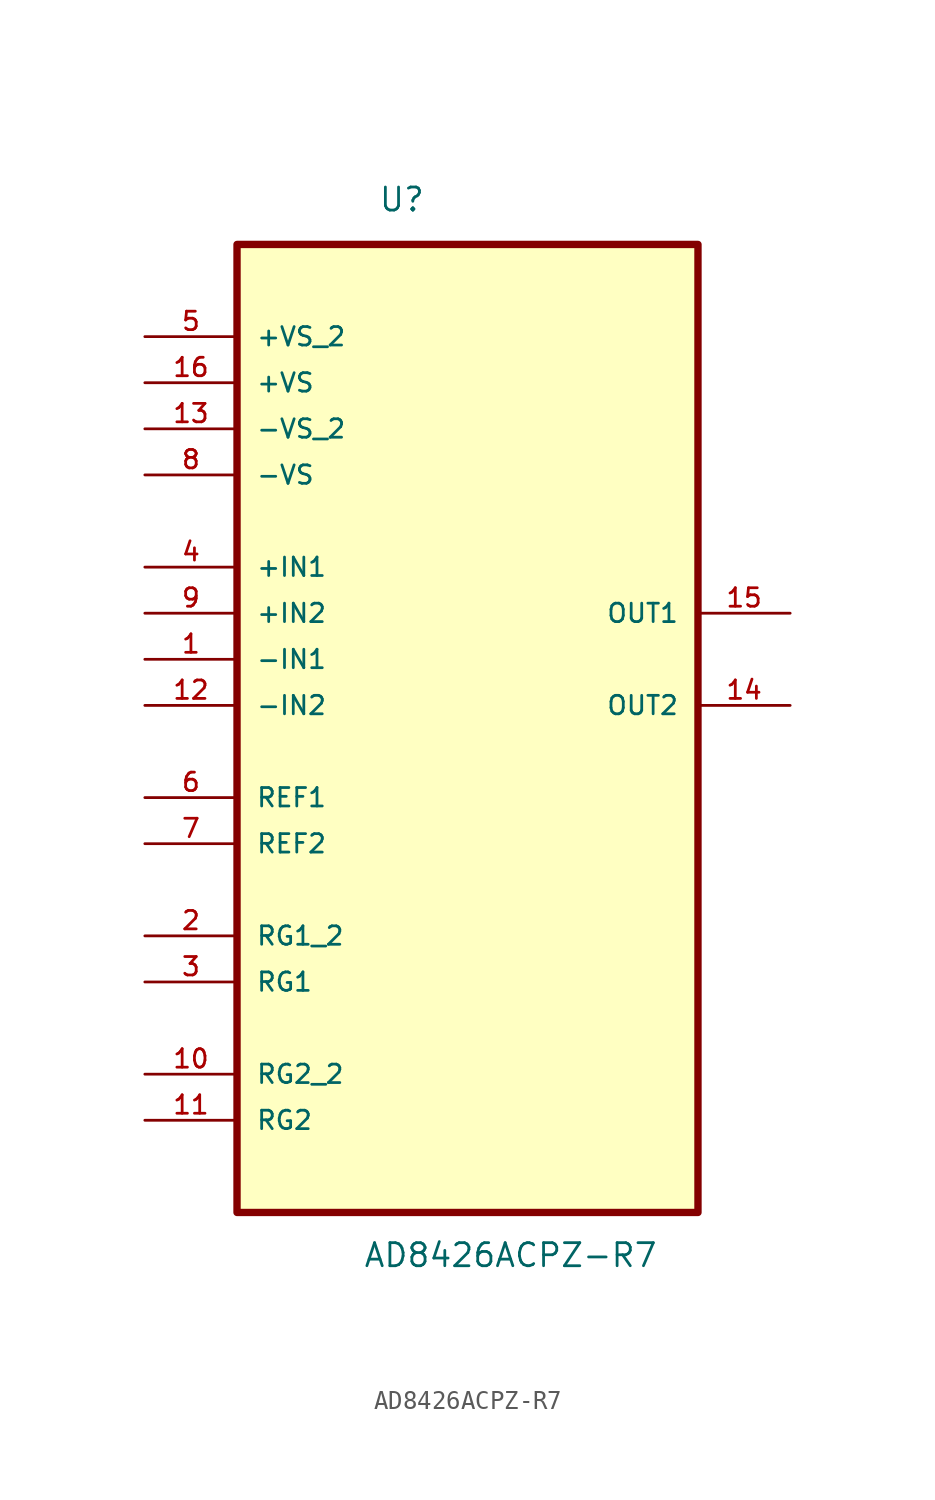
<source format=kicad_sym>
(kicad_symbol_lib
  (version 20211014)
  (generator kicad_symbol_editor)
  (symbol "AD8426ACPZ-R7"
    (pin_names
      (offset 1.016))
    (property "Reference" "U"
      (at -4.928 24.591 0.0)
      (effects (font (size 1.27 1.27)) (justify bottom left)))
    (property "Value" "AD8426ACPZ-R7"
      (at -5.766 -33.579 0.0)
      (effects (font (size 1.27 1.27)) (justify bottom left)))
    (symbol "AD8426ACPZ-R7_0_0"
      (rectangle (start -12.7 -30.48) (end 12.7 22.86) (stroke (width 0.406)) (fill (type background)))
      (pin passive line (at -17.78 17.78 0) (length 5.08) (name "+VS_2" (effects (font (size 1.016 1.016)))) (number "5" (effects (font (size 1.016 1.016)))))
      (pin passive line (at -17.78 15.24 0) (length 5.08) (name "+VS" (effects (font (size 1.016 1.016)))) (number "16" (effects (font (size 1.016 1.016)))))
      (pin passive line (at -17.78 12.7 0) (length 5.08) (name "-VS_2" (effects (font (size 1.016 1.016)))) (number "13" (effects (font (size 1.016 1.016)))))
      (pin passive line (at -17.78 10.16 0) (length 5.08) (name "-VS" (effects (font (size 1.016 1.016)))) (number "8" (effects (font (size 1.016 1.016)))))
      (pin passive line (at -17.78 5.08 0) (length 5.08) (name "+IN1" (effects (font (size 1.016 1.016)))) (number "4" (effects (font (size 1.016 1.016)))))
      (pin passive line (at -17.78 2.54 0) (length 5.08) (name "+IN2" (effects (font (size 1.016 1.016)))) (number "9" (effects (font (size 1.016 1.016)))))
      (pin passive line (at -17.78 0.0 0) (length 5.08) (name "-IN1" (effects (font (size 1.016 1.016)))) (number "1" (effects (font (size 1.016 1.016)))))
      (pin passive line (at -17.78 -2.54 0) (length 5.08) (name "-IN2" (effects (font (size 1.016 1.016)))) (number "12" (effects (font (size 1.016 1.016)))))
      (pin passive line (at -17.78 -7.62 0) (length 5.08) (name "REF1" (effects (font (size 1.016 1.016)))) (number "6" (effects (font (size 1.016 1.016)))))
      (pin passive line (at -17.78 -10.16 0) (length 5.08) (name "REF2" (effects (font (size 1.016 1.016)))) (number "7" (effects (font (size 1.016 1.016)))))
      (pin passive line (at -17.78 -15.24 0) (length 5.08) (name "RG1_2" (effects (font (size 1.016 1.016)))) (number "2" (effects (font (size 1.016 1.016)))))
      (pin passive line (at -17.78 -17.78 0) (length 5.08) (name "RG1" (effects (font (size 1.016 1.016)))) (number "3" (effects (font (size 1.016 1.016)))))
      (pin passive line (at -17.78 -22.86 0) (length 5.08) (name "RG2_2" (effects (font (size 1.016 1.016)))) (number "10" (effects (font (size 1.016 1.016)))))
      (pin passive line (at -17.78 -25.4 0) (length 5.08) (name "RG2" (effects (font (size 1.016 1.016)))) (number "11" (effects (font (size 1.016 1.016)))))
      (pin passive line (at 17.78 -2.54 180.0) (length 5.08) (name "OUT2" (effects (font (size 1.016 1.016)))) (number "14" (effects (font (size 1.016 1.016)))))
      (pin passive line (at 17.78 2.54 180.0) (length 5.08) (name "OUT1" (effects (font (size 1.016 1.016)))) (number "15" (effects (font (size 1.016 1.016))))))))
</source>
